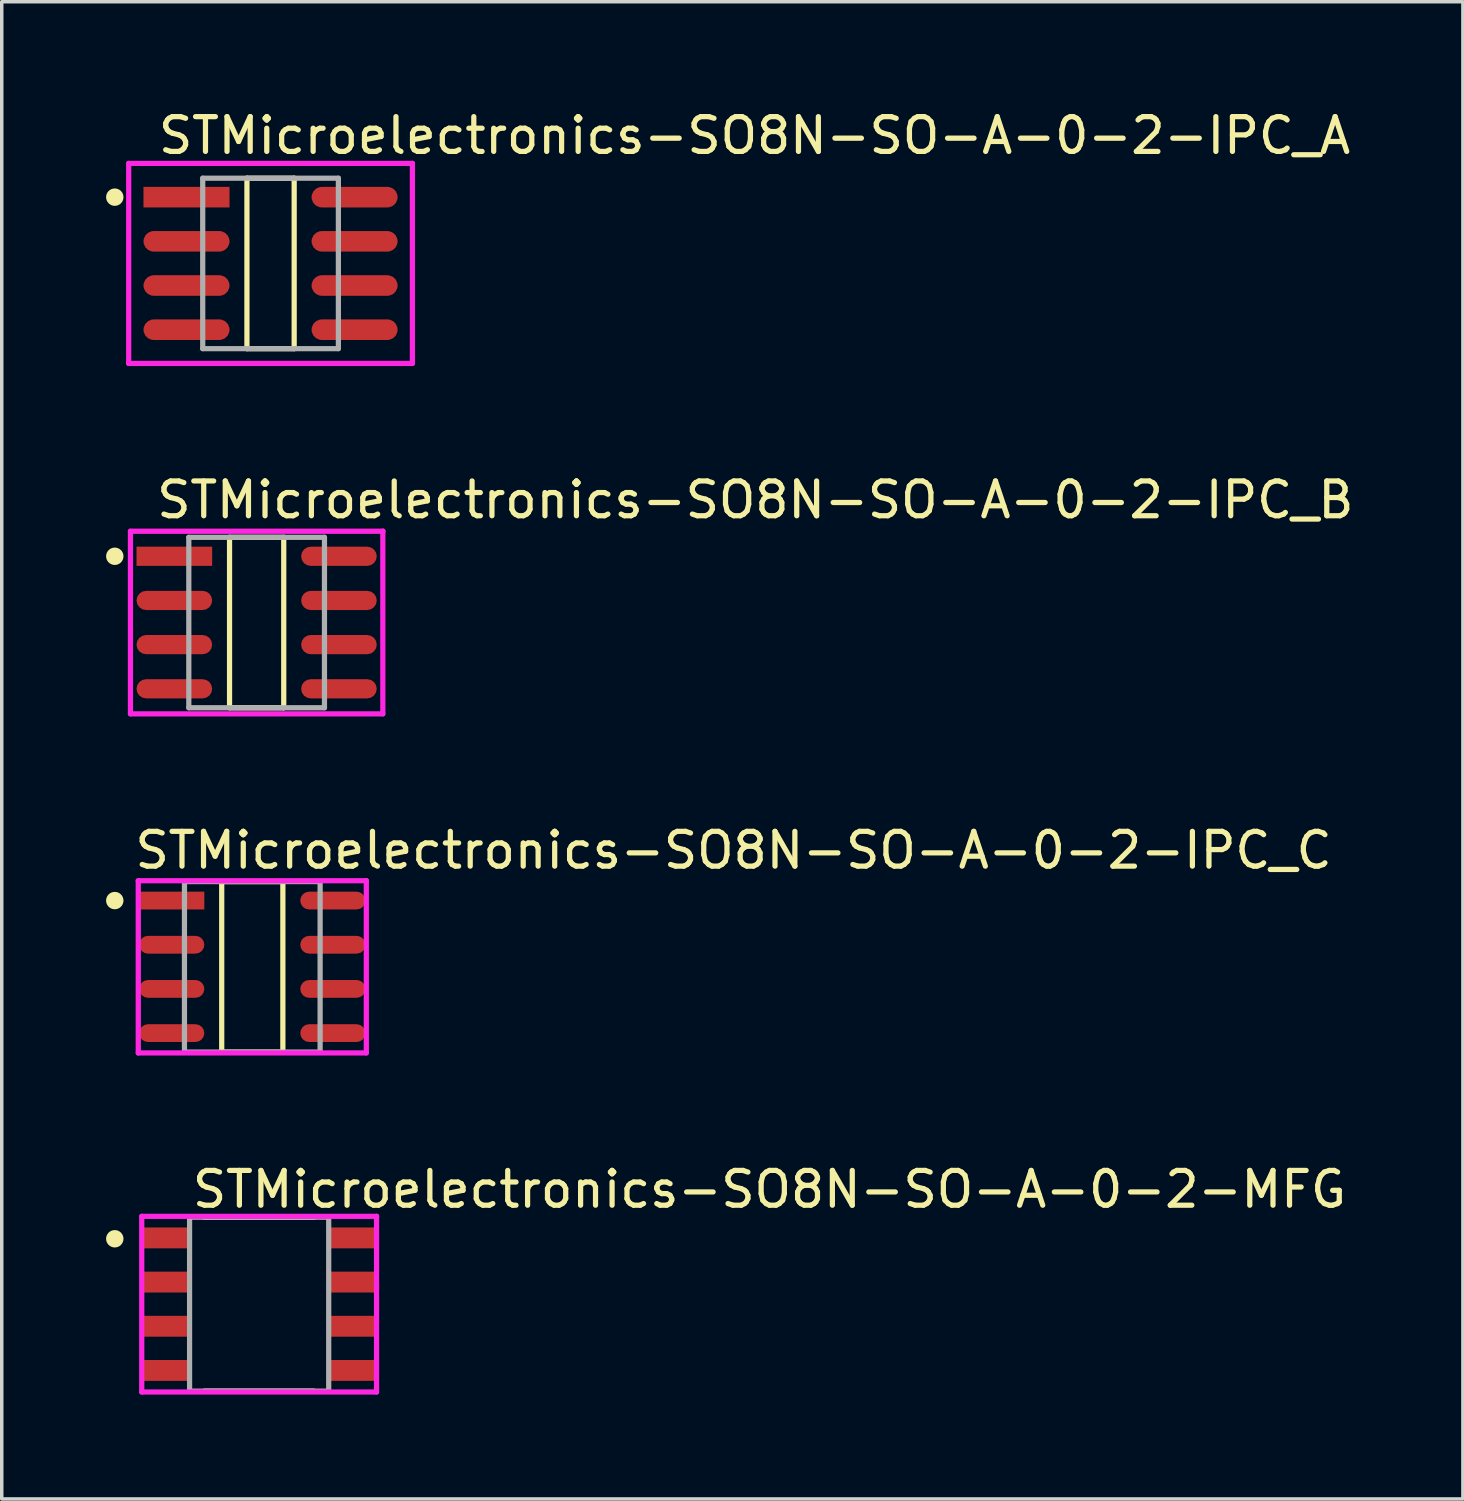
<source format=kicad_pcb>
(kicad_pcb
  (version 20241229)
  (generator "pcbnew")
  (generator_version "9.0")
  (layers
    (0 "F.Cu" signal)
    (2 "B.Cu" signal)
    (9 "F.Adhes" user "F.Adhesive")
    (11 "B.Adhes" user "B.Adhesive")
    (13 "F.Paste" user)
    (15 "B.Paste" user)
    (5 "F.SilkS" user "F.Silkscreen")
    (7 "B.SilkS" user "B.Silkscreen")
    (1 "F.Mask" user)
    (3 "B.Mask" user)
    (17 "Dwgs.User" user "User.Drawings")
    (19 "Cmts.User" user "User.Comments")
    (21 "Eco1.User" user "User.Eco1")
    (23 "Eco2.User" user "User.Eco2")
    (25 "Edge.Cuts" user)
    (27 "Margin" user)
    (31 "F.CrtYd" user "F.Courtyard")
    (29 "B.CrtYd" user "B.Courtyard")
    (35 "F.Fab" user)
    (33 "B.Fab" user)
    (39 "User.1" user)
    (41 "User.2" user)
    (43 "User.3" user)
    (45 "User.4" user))
  (footprint "STMicroelectronics-SO8N-SO-A-0-2-IPC_C"
    (layer "F.Cu")
    (at 4.203 24.745)
    (property "Reference" "STMicroelectronics-SO8N-SO-A-0-2-IPC_C" (at -3.453 -3.35 0) (layer "F.SilkS") (effects (font (size 1 1) (thickness 0.15)) (justify left)))
    (attr through_hole)
    (fp_line (start -0.879 -2.45) (end 0.879 -2.45) (stroke (width 0.15) (type solid)) (layer "F.SilkS"))
    (fp_line (start -0.879 2.45) (end -0.879 -2.45) (stroke (width 0.15) (type solid)) (layer "F.SilkS"))
    (fp_line (start 0.879 -2.45) (end 0.879 2.45) (stroke (width 0.15) (type solid)) (layer "F.SilkS"))
    (fp_line (start 0.879 2.45) (end -0.879 2.45) (stroke (width 0.15) (type solid)) (layer "F.SilkS"))
    (fp_circle (center -3.953 -1.905) (end -3.828 -1.905) (stroke (width 0.25) (type solid)) (fill no) (layer "F.SilkS"))
    (fp_line (start -3.278 -2.475) (end -3.278 2.475) (stroke (width 0.15) (type solid)) (layer "F.CrtYd"))
    (fp_line (start -3.278 2.475) (end 3.278 2.475) (stroke (width 0.15) (type solid)) (layer "F.CrtYd"))
    (fp_line (start 3.278 -2.475) (end -3.278 -2.475) (stroke (width 0.15) (type solid)) (layer "F.CrtYd"))
    (fp_line (start 3.278 -2.475) (end 3.278 -2.475) (stroke (width 0.15) (type solid)) (layer "F.CrtYd"))
    (fp_line (start 3.278 2.475) (end 3.278 -2.475) (stroke (width 0.15) (type solid)) (layer "F.CrtYd"))
    (fp_line (start -1.95 -2.45) (end 1.95 -2.45) (stroke (width 0.15) (type solid)) (layer "F.Fab"))
    (fp_line (start -1.95 2.45) (end -1.95 -2.45) (stroke (width 0.15) (type solid)) (layer "F.Fab"))
    (fp_line (start 1.95 -2.45) (end 1.95 2.45) (stroke (width 0.15) (type solid)) (layer "F.Fab"))
    (fp_line (start 1.95 2.45) (end -1.95 2.45) (stroke (width 0.15) (type solid)) (layer "F.Fab"))
    (pad "1" smd rect (at -2.316 -1.905) (size 1.874 0.512) (layers "F.Cu" "F.Mask" "F.Paste"))
    (pad "2" smd roundrect (at -2.316 -0.635) (size 1.874 0.512) (layers "F.Cu" "F.Mask" "F.Paste") (roundrect_rratio 0.5))
    (pad "3" smd roundrect (at -2.316 0.635) (size 1.874 0.512) (layers "F.Cu" "F.Mask" "F.Paste") (roundrect_rratio 0.5))
    (pad "4" smd roundrect (at -2.316 1.905) (size 1.874 0.512) (layers "F.Cu" "F.Mask" "F.Paste") (roundrect_rratio 0.5))
    (pad "5" smd roundrect (at 2.316 1.905) (size 1.874 0.512) (layers "F.Cu" "F.Mask" "F.Paste") (roundrect_rratio 0.5))
    (pad "6" smd roundrect (at 2.316 0.635) (size 1.874 0.512) (layers "F.Cu" "F.Mask" "F.Paste") (roundrect_rratio 0.5))
    (pad "7" smd roundrect (at 2.316 -0.635) (size 1.874 0.512) (layers "F.Cu" "F.Mask" "F.Paste") (roundrect_rratio 0.5))
    (pad "8" smd roundrect (at 2.316 -1.905) (size 1.874 0.512) (layers "F.Cu" "F.Mask" "F.Paste") (roundrect_rratio 0.5)))
  (footprint "STMicroelectronics-SO8N-SO-A-0-2-MFG"
    (layer "F.Cu")
    (at 4.4 34.443)
    (property "Reference" "STMicroelectronics-SO8N-SO-A-0-2-MFG" (at -2 -3.3 0) (layer "F.SilkS") (effects (font (size 1 1) (thickness 0.15)) (justify left)))
    (attr through_hole)
    (fp_line (start -1.575 -2.5) (end 1.575 -2.5) (stroke (width 0.15) (type solid)) (layer "F.SilkS"))
    (fp_line (start -1.575 2.5) (end 1.575 2.5) (stroke (width 0.15) (type solid)) (layer "F.SilkS"))
    (fp_circle (center -4.15 -1.88) (end -4.025 -1.88) (stroke (width 0.25) (type solid)) (fill no) (layer "F.SilkS"))
    (fp_line (start -3.375 -2.525) (end -3.375 2.525) (stroke (width 0.15) (type solid)) (layer "F.CrtYd"))
    (fp_line (start -3.375 2.525) (end 3.375 2.525) (stroke (width 0.15) (type solid)) (layer "F.CrtYd"))
    (fp_line (start 3.375 -2.525) (end -3.375 -2.525) (stroke (width 0.15) (type solid)) (layer "F.CrtYd"))
    (fp_line (start 3.375 -2.525) (end 3.375 -2.525) (stroke (width 0.15) (type solid)) (layer "F.CrtYd"))
    (fp_line (start 3.375 2.525) (end 3.375 -2.525) (stroke (width 0.15) (type solid)) (layer "F.CrtYd"))
    (fp_line (start -2 -2.5) (end 2 -2.5) (stroke (width 0.15) (type solid)) (layer "F.Fab"))
    (fp_line (start -2 2.5) (end -2 -2.5) (stroke (width 0.15) (type solid)) (layer "F.Fab"))
    (fp_line (start 2 -2.5) (end 2 2.5) (stroke (width 0.15) (type solid)) (layer "F.Fab"))
    (fp_line (start 2 2.5) (end -2 2.5) (stroke (width 0.15) (type solid)) (layer "F.Fab"))
    (pad "1" smd rect (at -2.65 -1.905) (size 1.4 0.6) (layers "F.Cu" "F.Mask" "F.Paste"))
    (pad "2" smd rect (at -2.65 -0.635) (size 1.4 0.6) (layers "F.Cu" "F.Mask" "F.Paste"))
    (pad "3" smd rect (at -2.65 0.635) (size 1.4 0.6) (layers "F.Cu" "F.Mask" "F.Paste"))
    (pad "4" smd rect (at -2.65 1.905) (size 1.4 0.6) (layers "F.Cu" "F.Mask" "F.Paste"))
    (pad "5" smd rect (at 2.65 1.905) (size 1.4 0.6) (layers "F.Cu" "F.Mask" "F.Paste"))
    (pad "6" smd rect (at 2.65 0.635) (size 1.4 0.6) (layers "F.Cu" "F.Mask" "F.Paste"))
    (pad "7" smd rect (at 2.65 -0.635) (size 1.4 0.6) (layers "F.Cu" "F.Mask" "F.Paste"))
    (pad "8" smd rect (at 2.65 -1.905) (size 1.4 0.6) (layers "F.Cu" "F.Mask" "F.Paste")))
  (footprint "STMicroelectronics-SO8N-SO-A-0-2-IPC_B"
    (layer "F.Cu")
    (at 4.328 14.847)
    (property "Reference" "STMicroelectronics-SO8N-SO-A-0-2-IPC_B" (at -2.953 -3.525 0) (layer "F.SilkS") (effects (font (size 1 1) (thickness 0.15)) (justify left)))
    (attr through_hole)
    (fp_line (start -0.779 -2.45) (end 0.779 -2.45) (stroke (width 0.15) (type solid)) (layer "F.SilkS"))
    (fp_line (start -0.779 2.45) (end -0.779 -2.45) (stroke (width 0.15) (type solid)) (layer "F.SilkS"))
    (fp_line (start 0.779 -2.45) (end 0.779 2.45) (stroke (width 0.15) (type solid)) (layer "F.SilkS"))
    (fp_line (start 0.779 2.45) (end -0.779 2.45) (stroke (width 0.15) (type solid)) (layer "F.SilkS"))
    (fp_circle (center -4.078 -1.905) (end -3.953 -1.905) (stroke (width 0.25) (type solid)) (fill no) (layer "F.SilkS"))
    (fp_line (start -3.628 -2.625) (end -3.628 2.625) (stroke (width 0.15) (type solid)) (layer "F.CrtYd"))
    (fp_line (start -3.628 2.625) (end 3.628 2.625) (stroke (width 0.15) (type solid)) (layer "F.CrtYd"))
    (fp_line (start 3.628 -2.625) (end -3.628 -2.625) (stroke (width 0.15) (type solid)) (layer "F.CrtYd"))
    (fp_line (start 3.628 -2.625) (end 3.628 -2.625) (stroke (width 0.15) (type solid)) (layer "F.CrtYd"))
    (fp_line (start 3.628 2.625) (end 3.628 -2.625) (stroke (width 0.15) (type solid)) (layer "F.CrtYd"))
    (fp_line (start -1.95 -2.45) (end 1.95 -2.45) (stroke (width 0.15) (type solid)) (layer "F.Fab"))
    (fp_line (start -1.95 2.45) (end -1.95 -2.45) (stroke (width 0.15) (type solid)) (layer "F.Fab"))
    (fp_line (start 1.95 -2.45) (end 1.95 2.45) (stroke (width 0.15) (type solid)) (layer "F.Fab"))
    (fp_line (start 1.95 2.45) (end -1.95 2.45) (stroke (width 0.15) (type solid)) (layer "F.Fab"))
    (pad "1" smd rect (at -2.366 -1.905) (size 2.174 0.552) (layers "F.Cu" "F.Mask" "F.Paste"))
    (pad "2" smd roundrect (at -2.366 -0.635) (size 2.174 0.552) (layers "F.Cu" "F.Mask" "F.Paste") (roundrect_rratio 0.5))
    (pad "3" smd roundrect (at -2.366 0.635) (size 2.174 0.552) (layers "F.Cu" "F.Mask" "F.Paste") (roundrect_rratio 0.5))
    (pad "4" smd roundrect (at -2.366 1.905) (size 2.174 0.552) (layers "F.Cu" "F.Mask" "F.Paste") (roundrect_rratio 0.5))
    (pad "5" smd roundrect (at 2.366 1.905) (size 2.174 0.552) (layers "F.Cu" "F.Mask" "F.Paste") (roundrect_rratio 0.5))
    (pad "6" smd roundrect (at 2.366 0.635) (size 2.174 0.552) (layers "F.Cu" "F.Mask" "F.Paste") (roundrect_rratio 0.5))
    (pad "7" smd roundrect (at 2.366 -0.635) (size 2.174 0.552) (layers "F.Cu" "F.Mask" "F.Paste") (roundrect_rratio 0.5))
    (pad "8" smd roundrect (at 2.366 -1.905) (size 2.174 0.552) (layers "F.Cu" "F.Mask" "F.Paste") (roundrect_rratio 0.5)))
  (footprint "STMicroelectronics-SO8N-SO-A-0-2-IPC_A"
    (layer "F.Cu")
    (at 4.728 4.523)
    (property "Reference" "STMicroelectronics-SO8N-SO-A-0-2-IPC_A" (at -3.303 -3.675 0) (layer "F.SilkS") (effects (font (size 1 1) (thickness 0.15)) (justify left)))
    (attr through_hole)
    (fp_line (start -0.679 -2.45) (end 0.679 -2.45) (stroke (width 0.15) (type solid)) (layer "F.SilkS"))
    (fp_line (start -0.679 2.45) (end -0.679 -2.45) (stroke (width 0.15) (type solid)) (layer "F.SilkS"))
    (fp_line (start 0.679 -2.45) (end 0.679 2.45) (stroke (width 0.15) (type solid)) (layer "F.SilkS"))
    (fp_line (start 0.679 2.45) (end -0.679 2.45) (stroke (width 0.15) (type solid)) (layer "F.SilkS"))
    (fp_circle (center -4.478 -1.905) (end -4.353 -1.905) (stroke (width 0.25) (type solid)) (fill no) (layer "F.SilkS"))
    (fp_line (start -4.078 -2.875) (end -4.078 2.875) (stroke (width 0.15) (type solid)) (layer "F.CrtYd"))
    (fp_line (start -4.078 2.875) (end 4.078 2.875) (stroke (width 0.15) (type solid)) (layer "F.CrtYd"))
    (fp_line (start 4.078 -2.875) (end -4.078 -2.875) (stroke (width 0.15) (type solid)) (layer "F.CrtYd"))
    (fp_line (start 4.078 -2.875) (end 4.078 -2.875) (stroke (width 0.15) (type solid)) (layer "F.CrtYd"))
    (fp_line (start 4.078 2.875) (end 4.078 -2.875) (stroke (width 0.15) (type solid)) (layer "F.CrtYd"))
    (fp_line (start -1.95 -2.45) (end 1.95 -2.45) (stroke (width 0.15) (type solid)) (layer "F.Fab"))
    (fp_line (start -1.95 2.45) (end -1.95 -2.45) (stroke (width 0.15) (type solid)) (layer "F.Fab"))
    (fp_line (start 1.95 -2.45) (end 1.95 2.45) (stroke (width 0.15) (type solid)) (layer "F.Fab"))
    (fp_line (start 1.95 2.45) (end -1.95 2.45) (stroke (width 0.15) (type solid)) (layer "F.Fab"))
    (pad "1" smd rect (at -2.416 -1.905) (size 2.474 0.592) (layers "F.Cu" "F.Mask" "F.Paste"))
    (pad "2" smd roundrect (at -2.416 -0.635) (size 2.474 0.592) (layers "F.Cu" "F.Mask" "F.Paste") (roundrect_rratio 0.5))
    (pad "3" smd roundrect (at -2.416 0.635) (size 2.474 0.592) (layers "F.Cu" "F.Mask" "F.Paste") (roundrect_rratio 0.5))
    (pad "4" smd roundrect (at -2.416 1.905) (size 2.474 0.592) (layers "F.Cu" "F.Mask" "F.Paste") (roundrect_rratio 0.5))
    (pad "5" smd roundrect (at 2.416 1.905) (size 2.474 0.592) (layers "F.Cu" "F.Mask" "F.Paste") (roundrect_rratio 0.5))
    (pad "6" smd roundrect (at 2.416 0.635) (size 2.474 0.592) (layers "F.Cu" "F.Mask" "F.Paste") (roundrect_rratio 0.5))
    (pad "7" smd roundrect (at 2.416 -0.635) (size 2.474 0.592) (layers "F.Cu" "F.Mask" "F.Paste") (roundrect_rratio 0.5))
    (pad "8" smd roundrect (at 2.416 -1.905) (size 2.474 0.592) (layers "F.Cu" "F.Mask" "F.Paste") (roundrect_rratio 0.5)))
  (gr_rect
    (start -3 -3)
    (end 39.006 40.043)
    (stroke (width 0.1) (type default))
    (fill no)
    (layer "Edge.Cuts")))
</source>
